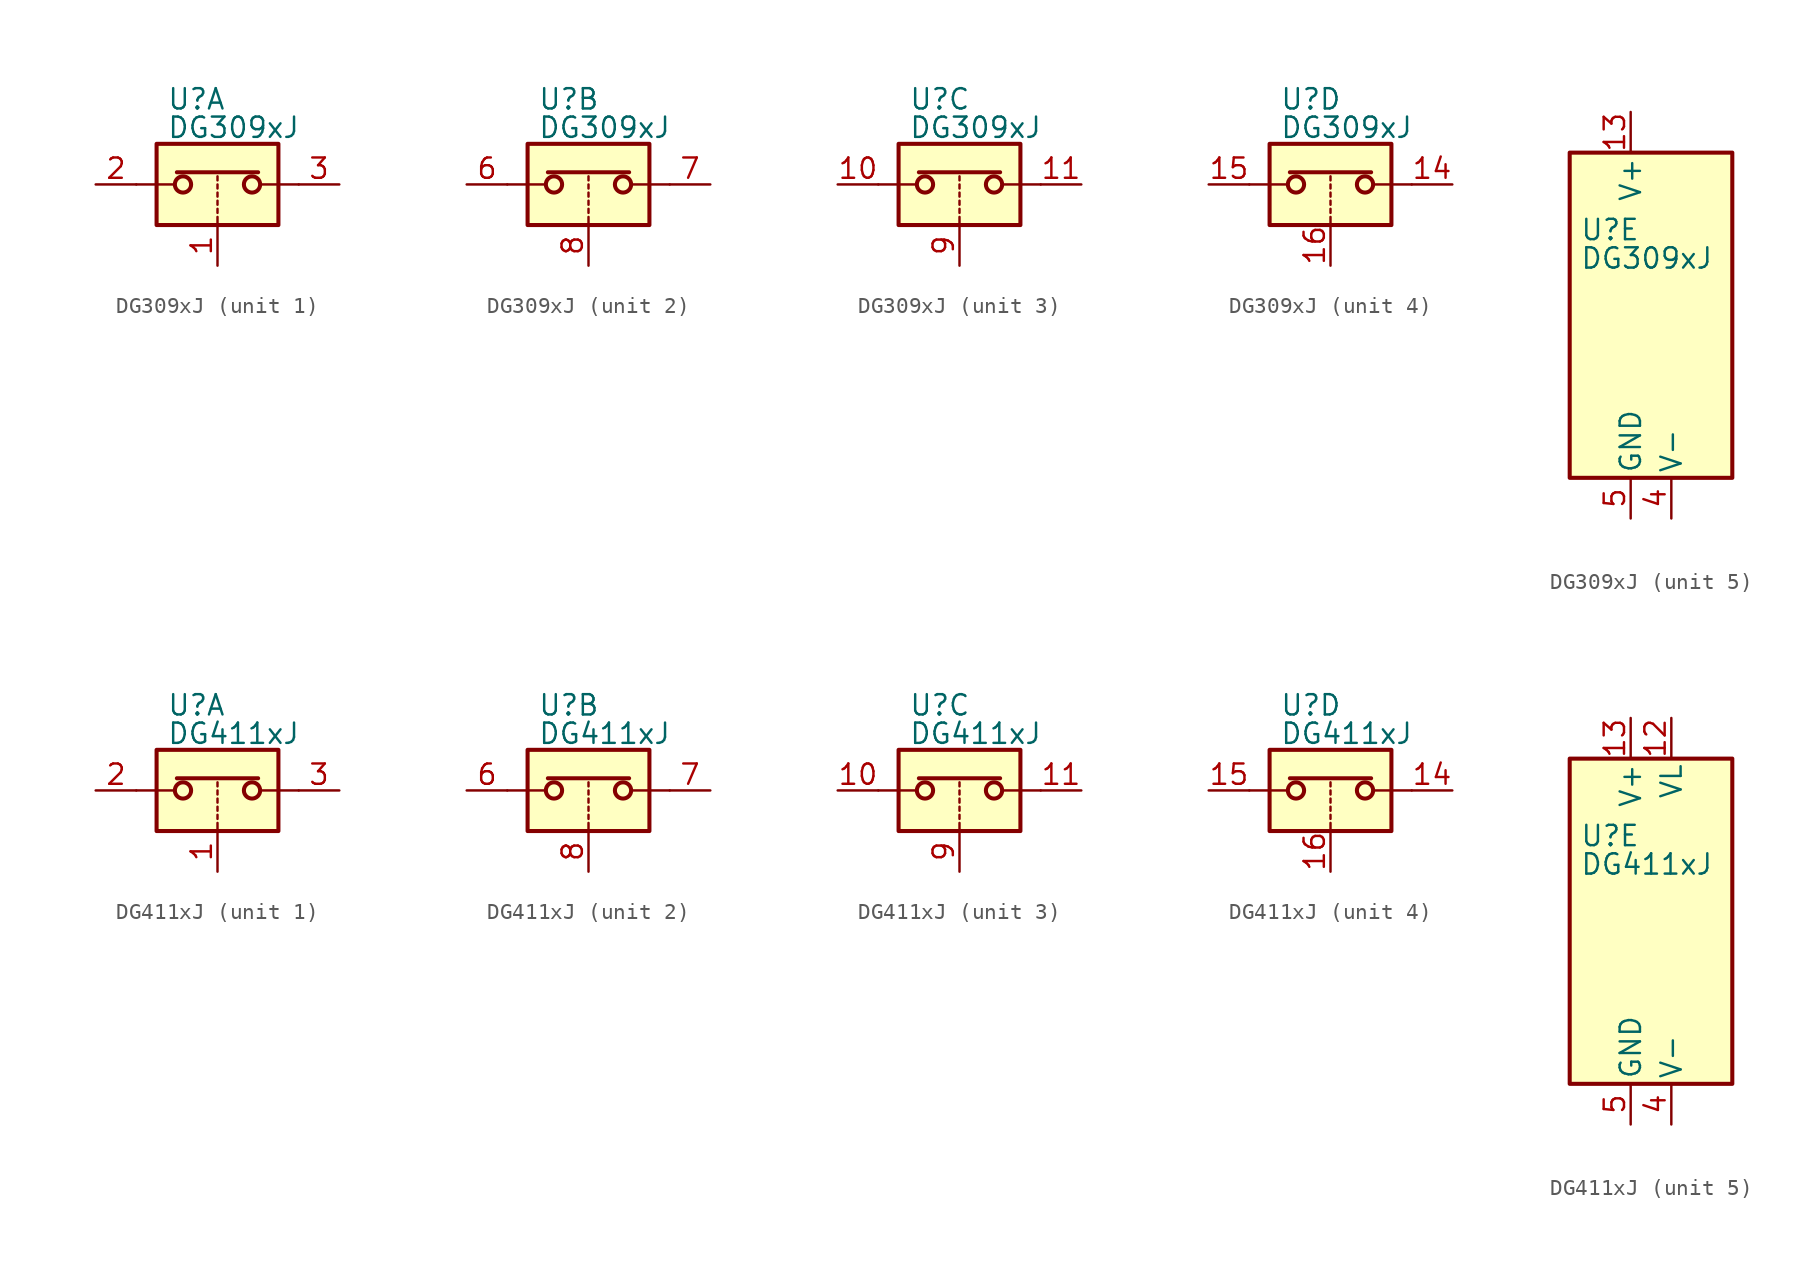
<source format=kicad_sym>
(kicad_symbol_lib
  (version 20201005)
  (generator kicad_symbol_editor)
  (symbol "DG309xJ"
    (pin_names
      (offset 0.254))
    (property "Reference" "U"
      (at -3.175 5.334 0)
      (effects (font (size 1.27 1.27)) (justify left)))
    (property "Value" "DG309xJ"
      (at -3.175 3.556 0)
      (effects (font (size 1.27 1.27)) (justify left)))
    (symbol "DG309xJ_1_1"
      (circle (center -2.159 0) (radius 0.508) (stroke (width 0.254)) (fill (type none)))
      (circle (center 2.159 0) (radius 0.508) (stroke (width 0.254)) (fill (type none)))
      (rectangle (start -3.81 2.54) (end 3.81 -2.54) (stroke (width 0.254)) (fill (type background)))
      (polyline (pts (xy -5.08 0) (xy -2.794 0)) (stroke (width 0)) (fill (type none)))
      (polyline (pts (xy -2.54 0.762) (xy 2.54 0.762)) (stroke (width 0.254)) (fill (type none)))
      (polyline (pts (xy 0 -2.54) (xy 0 -2.032)) (stroke (width 0)) (fill (type none)))
      (polyline (pts (xy 0 -1.778) (xy 0 -1.524)) (stroke (width 0)) (fill (type none)))
      (polyline (pts (xy 0 -1.27) (xy 0 -1.016)) (stroke (width 0)) (fill (type none)))
      (polyline (pts (xy 0 -0.762) (xy 0 -0.508)) (stroke (width 0)) (fill (type none)))
      (polyline (pts (xy 0 -0.254) (xy 0 0)) (stroke (width 0)) (fill (type none)))
      (polyline (pts (xy 0 0.254) (xy 0 0.508)) (stroke (width 0)) (fill (type none)))
      (polyline (pts (xy 5.08 0) (xy 2.794 0)) (stroke (width 0)) (fill (type none)))
      (pin input line (at 0 -5.08 90) (length 2.54) (name "~" (effects (font (size 1.27 1.27)))) (number "1" (effects (font (size 1.27 1.27)))))
      (pin passive line (at -7.62 0 0) (length 2.54) (name "~" (effects (font (size 1.27 1.27)))) (number "2" (effects (font (size 1.27 1.27)))))
      (pin passive line (at 7.62 0 180) (length 2.54) (name "~" (effects (font (size 1.27 1.27)))) (number "3" (effects (font (size 1.27 1.27))))))
    (symbol "DG309xJ_2_1"
      (circle (center -2.159 0) (radius 0.508) (stroke (width 0.254)) (fill (type none)))
      (circle (center 2.159 0) (radius 0.508) (stroke (width 0.254)) (fill (type none)))
      (rectangle (start -3.81 2.54) (end 3.81 -2.54) (stroke (width 0.254)) (fill (type background)))
      (polyline (pts (xy -5.08 0) (xy -2.794 0)) (stroke (width 0)) (fill (type none)))
      (polyline (pts (xy -2.54 0.762) (xy 2.54 0.762)) (stroke (width 0.254)) (fill (type none)))
      (polyline (pts (xy 0 -2.54) (xy 0 -2.032)) (stroke (width 0)) (fill (type none)))
      (polyline (pts (xy 0 -1.778) (xy 0 -1.524)) (stroke (width 0)) (fill (type none)))
      (polyline (pts (xy 0 -1.27) (xy 0 -1.016)) (stroke (width 0)) (fill (type none)))
      (polyline (pts (xy 0 -0.762) (xy 0 -0.508)) (stroke (width 0)) (fill (type none)))
      (polyline (pts (xy 0 -0.254) (xy 0 0)) (stroke (width 0)) (fill (type none)))
      (polyline (pts (xy 0 0.254) (xy 0 0.508)) (stroke (width 0)) (fill (type none)))
      (polyline (pts (xy 5.08 0) (xy 2.794 0)) (stroke (width 0)) (fill (type none)))
      (pin passive line (at -7.62 0 0) (length 2.54) (name "~" (effects (font (size 1.27 1.27)))) (number "6" (effects (font (size 1.27 1.27)))))
      (pin passive line (at 7.62 0 180) (length 2.54) (name "~" (effects (font (size 1.27 1.27)))) (number "7" (effects (font (size 1.27 1.27)))))
      (pin input line (at 0 -5.08 90) (length 2.54) (name "~" (effects (font (size 1.27 1.27)))) (number "8" (effects (font (size 1.27 1.27))))))
    (symbol "DG309xJ_3_1"
      (circle (center -2.159 0) (radius 0.508) (stroke (width 0.254)) (fill (type none)))
      (circle (center 2.159 0) (radius 0.508) (stroke (width 0.254)) (fill (type none)))
      (rectangle (start -3.81 2.54) (end 3.81 -2.54) (stroke (width 0.254)) (fill (type background)))
      (polyline (pts (xy -5.08 0) (xy -2.794 0)) (stroke (width 0)) (fill (type none)))
      (polyline (pts (xy -2.54 0.762) (xy 2.54 0.762)) (stroke (width 0.254)) (fill (type none)))
      (polyline (pts (xy 0 -2.54) (xy 0 -2.032)) (stroke (width 0)) (fill (type none)))
      (polyline (pts (xy 0 -1.778) (xy 0 -1.524)) (stroke (width 0)) (fill (type none)))
      (polyline (pts (xy 0 -1.27) (xy 0 -1.016)) (stroke (width 0)) (fill (type none)))
      (polyline (pts (xy 0 -0.762) (xy 0 -0.508)) (stroke (width 0)) (fill (type none)))
      (polyline (pts (xy 0 -0.254) (xy 0 0)) (stroke (width 0)) (fill (type none)))
      (polyline (pts (xy 0 0.254) (xy 0 0.508)) (stroke (width 0)) (fill (type none)))
      (polyline (pts (xy 5.08 0) (xy 2.794 0)) (stroke (width 0)) (fill (type none)))
      (pin passive line (at -7.62 0 0) (length 2.54) (name "~" (effects (font (size 1.27 1.27)))) (number "10" (effects (font (size 1.27 1.27)))))
      (pin passive line (at 7.62 0 180) (length 2.54) (name "~" (effects (font (size 1.27 1.27)))) (number "11" (effects (font (size 1.27 1.27)))))
      (pin input line (at 0 -5.08 90) (length 2.54) (name "~" (effects (font (size 1.27 1.27)))) (number "9" (effects (font (size 1.27 1.27))))))
    (symbol "DG309xJ_4_1"
      (circle (center -2.159 0) (radius 0.508) (stroke (width 0.254)) (fill (type none)))
      (circle (center 2.159 0) (radius 0.508) (stroke (width 0.254)) (fill (type none)))
      (rectangle (start -3.81 2.54) (end 3.81 -2.54) (stroke (width 0.254)) (fill (type background)))
      (polyline (pts (xy -5.08 0) (xy -2.794 0)) (stroke (width 0)) (fill (type none)))
      (polyline (pts (xy -2.54 0.762) (xy 2.54 0.762)) (stroke (width 0.254)) (fill (type none)))
      (polyline (pts (xy 0 -2.54) (xy 0 -2.032)) (stroke (width 0)) (fill (type none)))
      (polyline (pts (xy 0 -1.778) (xy 0 -1.524)) (stroke (width 0)) (fill (type none)))
      (polyline (pts (xy 0 -1.27) (xy 0 -1.016)) (stroke (width 0)) (fill (type none)))
      (polyline (pts (xy 0 -0.762) (xy 0 -0.508)) (stroke (width 0)) (fill (type none)))
      (polyline (pts (xy 0 -0.254) (xy 0 0)) (stroke (width 0)) (fill (type none)))
      (polyline (pts (xy 0 0.254) (xy 0 0.508)) (stroke (width 0)) (fill (type none)))
      (polyline (pts (xy 5.08 0) (xy 2.794 0)) (stroke (width 0)) (fill (type none)))
      (pin passive line (at 7.62 0 180) (length 2.54) (name "~" (effects (font (size 1.27 1.27)))) (number "14" (effects (font (size 1.27 1.27)))))
      (pin passive line (at -7.62 0 0) (length 2.54) (name "~" (effects (font (size 1.27 1.27)))) (number "15" (effects (font (size 1.27 1.27)))))
      (pin input line (at 0 -5.08 90) (length 2.54) (name "~" (effects (font (size 1.27 1.27)))) (number "16" (effects (font (size 1.27 1.27))))))
    (symbol "DG309xJ_5_0"
      (pin no_connect line (at 2.54 10.16 270) (length 2.54) hide (name "NC" (effects (font (size 1.27 1.27)))) (number "12" (effects (font (size 1.27 1.27)))))
      (pin power_in line (at 0 12.7 270) (length 2.54) (name "V+" (effects (font (size 1.27 1.27)))) (number "13" (effects (font (size 1.27 1.27)))))
      (pin power_in line (at 2.54 -12.7 90) (length 2.54) (name "V-" (effects (font (size 1.27 1.27)))) (number "4" (effects (font (size 1.27 1.27)))))
      (pin power_in line (at 0 -12.7 90) (length 2.54) (name "GND" (effects (font (size 1.27 1.27)))) (number "5" (effects (font (size 1.27 1.27))))))
    (symbol "DG309xJ_5_1"
      (rectangle (start -3.81 10.16) (end 6.35 -10.16) (stroke (width 0.254)) (fill (type background)))))
  (symbol "DG411xJ"
    (pin_names
      (offset 0.254))
    (property "Reference" "U"
      (at -3.175 5.334 0)
      (effects (font (size 1.27 1.27)) (justify left)))
    (property "Value" "DG411xJ"
      (at -3.175 3.556 0)
      (effects (font (size 1.27 1.27)) (justify left)))
    (symbol "DG411xJ_1_1"
      (circle (center -2.159 0) (radius 0.508) (stroke (width 0.254)) (fill (type none)))
      (circle (center 2.159 0) (radius 0.508) (stroke (width 0.254)) (fill (type none)))
      (rectangle (start -3.81 2.54) (end 3.81 -2.54) (stroke (width 0.254)) (fill (type background)))
      (polyline (pts (xy -5.08 0) (xy -2.794 0)) (stroke (width 0)) (fill (type none)))
      (polyline (pts (xy -2.54 0.762) (xy 2.54 0.762)) (stroke (width 0.254)) (fill (type none)))
      (polyline (pts (xy 0 -2.54) (xy 0 -2.032)) (stroke (width 0)) (fill (type none)))
      (polyline (pts (xy 0 -1.778) (xy 0 -1.524)) (stroke (width 0)) (fill (type none)))
      (polyline (pts (xy 0 -1.27) (xy 0 -1.016)) (stroke (width 0)) (fill (type none)))
      (polyline (pts (xy 0 -0.762) (xy 0 -0.508)) (stroke (width 0)) (fill (type none)))
      (polyline (pts (xy 0 -0.254) (xy 0 0)) (stroke (width 0)) (fill (type none)))
      (polyline (pts (xy 0 0.254) (xy 0 0.508)) (stroke (width 0)) (fill (type none)))
      (polyline (pts (xy 5.08 0) (xy 2.794 0)) (stroke (width 0)) (fill (type none)))
      (pin input line (at 0 -5.08 90) (length 2.54) (name "~" (effects (font (size 1.27 1.27)))) (number "1" (effects (font (size 1.27 1.27)))))
      (pin passive line (at -7.62 0 0) (length 2.54) (name "~" (effects (font (size 1.27 1.27)))) (number "2" (effects (font (size 1.27 1.27)))))
      (pin passive line (at 7.62 0 180) (length 2.54) (name "~" (effects (font (size 1.27 1.27)))) (number "3" (effects (font (size 1.27 1.27))))))
    (symbol "DG411xJ_2_1"
      (circle (center -2.159 0) (radius 0.508) (stroke (width 0.254)) (fill (type none)))
      (circle (center 2.159 0) (radius 0.508) (stroke (width 0.254)) (fill (type none)))
      (rectangle (start -3.81 2.54) (end 3.81 -2.54) (stroke (width 0.254)) (fill (type background)))
      (polyline (pts (xy -5.08 0) (xy -2.794 0)) (stroke (width 0)) (fill (type none)))
      (polyline (pts (xy -2.54 0.762) (xy 2.54 0.762)) (stroke (width 0.254)) (fill (type none)))
      (polyline (pts (xy 0 -2.54) (xy 0 -2.032)) (stroke (width 0)) (fill (type none)))
      (polyline (pts (xy 0 -1.778) (xy 0 -1.524)) (stroke (width 0)) (fill (type none)))
      (polyline (pts (xy 0 -1.27) (xy 0 -1.016)) (stroke (width 0)) (fill (type none)))
      (polyline (pts (xy 0 -0.762) (xy 0 -0.508)) (stroke (width 0)) (fill (type none)))
      (polyline (pts (xy 0 -0.254) (xy 0 0)) (stroke (width 0)) (fill (type none)))
      (polyline (pts (xy 0 0.254) (xy 0 0.508)) (stroke (width 0)) (fill (type none)))
      (polyline (pts (xy 5.08 0) (xy 2.794 0)) (stroke (width 0)) (fill (type none)))
      (pin passive line (at -7.62 0 0) (length 2.54) (name "~" (effects (font (size 1.27 1.27)))) (number "6" (effects (font (size 1.27 1.27)))))
      (pin passive line (at 7.62 0 180) (length 2.54) (name "~" (effects (font (size 1.27 1.27)))) (number "7" (effects (font (size 1.27 1.27)))))
      (pin input line (at 0 -5.08 90) (length 2.54) (name "~" (effects (font (size 1.27 1.27)))) (number "8" (effects (font (size 1.27 1.27))))))
    (symbol "DG411xJ_3_1"
      (circle (center -2.159 0) (radius 0.508) (stroke (width 0.254)) (fill (type none)))
      (circle (center 2.159 0) (radius 0.508) (stroke (width 0.254)) (fill (type none)))
      (rectangle (start -3.81 2.54) (end 3.81 -2.54) (stroke (width 0.254)) (fill (type background)))
      (polyline (pts (xy -5.08 0) (xy -2.794 0)) (stroke (width 0)) (fill (type none)))
      (polyline (pts (xy -2.54 0.762) (xy 2.54 0.762)) (stroke (width 0.254)) (fill (type none)))
      (polyline (pts (xy 0 -2.54) (xy 0 -2.032)) (stroke (width 0)) (fill (type none)))
      (polyline (pts (xy 0 -1.778) (xy 0 -1.524)) (stroke (width 0)) (fill (type none)))
      (polyline (pts (xy 0 -1.27) (xy 0 -1.016)) (stroke (width 0)) (fill (type none)))
      (polyline (pts (xy 0 -0.762) (xy 0 -0.508)) (stroke (width 0)) (fill (type none)))
      (polyline (pts (xy 0 -0.254) (xy 0 0)) (stroke (width 0)) (fill (type none)))
      (polyline (pts (xy 0 0.254) (xy 0 0.508)) (stroke (width 0)) (fill (type none)))
      (polyline (pts (xy 5.08 0) (xy 2.794 0)) (stroke (width 0)) (fill (type none)))
      (pin passive line (at -7.62 0 0) (length 2.54) (name "~" (effects (font (size 1.27 1.27)))) (number "10" (effects (font (size 1.27 1.27)))))
      (pin passive line (at 7.62 0 180) (length 2.54) (name "~" (effects (font (size 1.27 1.27)))) (number "11" (effects (font (size 1.27 1.27)))))
      (pin input line (at 0 -5.08 90) (length 2.54) (name "~" (effects (font (size 1.27 1.27)))) (number "9" (effects (font (size 1.27 1.27))))))
    (symbol "DG411xJ_4_1"
      (circle (center -2.159 0) (radius 0.508) (stroke (width 0.254)) (fill (type none)))
      (circle (center 2.159 0) (radius 0.508) (stroke (width 0.254)) (fill (type none)))
      (rectangle (start -3.81 2.54) (end 3.81 -2.54) (stroke (width 0.254)) (fill (type background)))
      (polyline (pts (xy -5.08 0) (xy -2.794 0)) (stroke (width 0)) (fill (type none)))
      (polyline (pts (xy -2.54 0.762) (xy 2.54 0.762)) (stroke (width 0.254)) (fill (type none)))
      (polyline (pts (xy 0 -2.54) (xy 0 -2.032)) (stroke (width 0)) (fill (type none)))
      (polyline (pts (xy 0 -1.778) (xy 0 -1.524)) (stroke (width 0)) (fill (type none)))
      (polyline (pts (xy 0 -1.27) (xy 0 -1.016)) (stroke (width 0)) (fill (type none)))
      (polyline (pts (xy 0 -0.762) (xy 0 -0.508)) (stroke (width 0)) (fill (type none)))
      (polyline (pts (xy 0 -0.254) (xy 0 0)) (stroke (width 0)) (fill (type none)))
      (polyline (pts (xy 0 0.254) (xy 0 0.508)) (stroke (width 0)) (fill (type none)))
      (polyline (pts (xy 5.08 0) (xy 2.794 0)) (stroke (width 0)) (fill (type none)))
      (pin passive line (at 7.62 0 180) (length 2.54) (name "~" (effects (font (size 1.27 1.27)))) (number "14" (effects (font (size 1.27 1.27)))))
      (pin passive line (at -7.62 0 0) (length 2.54) (name "~" (effects (font (size 1.27 1.27)))) (number "15" (effects (font (size 1.27 1.27)))))
      (pin input line (at 0 -5.08 90) (length 2.54) (name "~" (effects (font (size 1.27 1.27)))) (number "16" (effects (font (size 1.27 1.27))))))
    (symbol "DG411xJ_5_0"
      (pin power_in line (at 2.54 12.7 270) (length 2.54) (name "VL" (effects (font (size 1.27 1.27)))) (number "12" (effects (font (size 1.27 1.27)))))
      (pin power_in line (at 0 12.7 270) (length 2.54) (name "V+" (effects (font (size 1.27 1.27)))) (number "13" (effects (font (size 1.27 1.27)))))
      (pin power_in line (at 2.54 -12.7 90) (length 2.54) (name "V-" (effects (font (size 1.27 1.27)))) (number "4" (effects (font (size 1.27 1.27)))))
      (pin power_in line (at 0 -12.7 90) (length 2.54) (name "GND" (effects (font (size 1.27 1.27)))) (number "5" (effects (font (size 1.27 1.27))))))
    (symbol "DG411xJ_5_1"
      (rectangle (start -3.81 10.16) (end 6.35 -10.16) (stroke (width 0.254)) (fill (type background))))))
</source>
